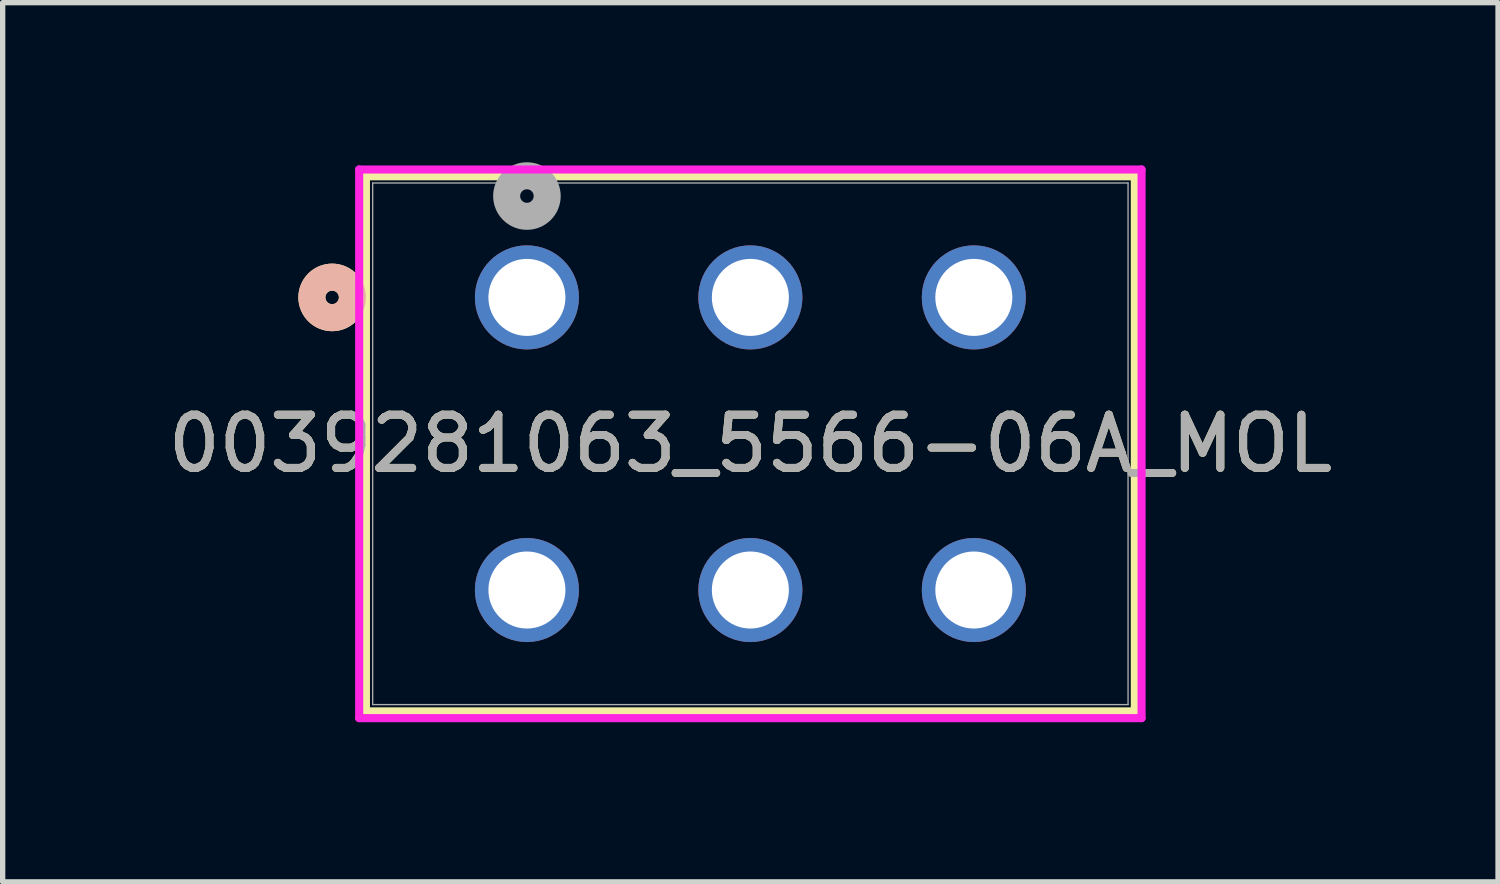
<source format=kicad_pcb>
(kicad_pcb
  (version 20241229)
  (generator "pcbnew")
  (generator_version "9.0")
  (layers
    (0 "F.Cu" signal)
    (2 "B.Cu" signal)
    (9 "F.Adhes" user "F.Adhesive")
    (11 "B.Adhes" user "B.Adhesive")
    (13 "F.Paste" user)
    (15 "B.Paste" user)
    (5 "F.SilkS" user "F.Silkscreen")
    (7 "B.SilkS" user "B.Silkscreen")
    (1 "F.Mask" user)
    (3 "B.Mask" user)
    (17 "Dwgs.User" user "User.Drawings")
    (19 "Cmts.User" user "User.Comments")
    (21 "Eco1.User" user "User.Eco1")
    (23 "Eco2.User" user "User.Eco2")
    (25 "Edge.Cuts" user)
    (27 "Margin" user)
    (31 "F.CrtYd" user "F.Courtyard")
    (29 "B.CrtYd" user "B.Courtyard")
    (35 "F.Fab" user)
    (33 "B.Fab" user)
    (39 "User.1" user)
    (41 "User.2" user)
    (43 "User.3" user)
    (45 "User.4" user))
  (footprint "0039281063_5566-06A_MOL"
    (layer "F.Cu")
    (at 6.854 2.54)
    (property "Reference" "0039281063_5566-06A_MOL" (at 4.2 2.75 0) (unlocked yes) (layer "F.SilkS") (effects (font (size 1 1) (thickness 0.15))))
    (attr through_hole)
    (fp_line (start -3.026 -2.277) (end -3.026 7.781) (stroke (width 0.152) (type solid)) (layer "F.SilkS"))
    (fp_line (start -3.026 7.781) (end 11.426 7.781) (stroke (width 0.152) (type solid)) (layer "F.SilkS"))
    (fp_line (start 11.426 -2.277) (end -3.026 -2.277) (stroke (width 0.152) (type solid)) (layer "F.SilkS"))
    (fp_line (start 11.426 7.781) (end 11.426 -2.277) (stroke (width 0.152) (type solid)) (layer "F.SilkS"))
    (fp_circle (center -3.661 0) (end -3.28 0) (stroke (width 0.508) (type solid)) (fill no) (layer "F.SilkS"))
    (fp_circle (center -3.661 0) (end -3.28 0) (stroke (width 0.508) (type solid)) (fill no) (layer "B.SilkS"))
    (fp_line (start -3.153 -2.404) (end -3.153 7.908) (stroke (width 0.152) (type solid)) (layer "F.CrtYd"))
    (fp_line (start -3.153 7.908) (end 11.553 7.908) (stroke (width 0.152) (type solid)) (layer "F.CrtYd"))
    (fp_line (start 11.553 -2.404) (end -3.153 -2.404) (stroke (width 0.152) (type solid)) (layer "F.CrtYd"))
    (fp_line (start 11.553 7.908) (end 11.553 -2.404) (stroke (width 0.152) (type solid)) (layer "F.CrtYd"))
    (fp_line (start -2.899 -2.15) (end -2.899 7.654) (stroke (width 0.025) (type solid)) (layer "F.Fab"))
    (fp_line (start -2.899 7.654) (end 11.299 7.654) (stroke (width 0.025) (type solid)) (layer "F.Fab"))
    (fp_line (start 11.299 -2.15) (end -2.899 -2.15) (stroke (width 0.025) (type solid)) (layer "F.Fab"))
    (fp_line (start 11.299 7.654) (end 11.299 -2.15) (stroke (width 0.025) (type solid)) (layer "F.Fab"))
    (fp_circle (center 0 -1.905) (end 0.381 -1.905) (stroke (width 0.508) (type solid)) (fill no) (layer "F.Fab"))
    (fp_text user "${REFERENCE}" (at 4.2 2.75 0) (unlocked yes) (layer "F.Fab") (effects (font (size 1 1) (thickness 0.15))))
    (pad "1" thru_hole circle (at 0 0) (size 1.956 1.956) (drill 1.448) (layers "*.Cu" "*.Mask"))
    (pad "2" thru_hole circle (at 0 5.5) (size 1.956 1.956) (drill 1.448) (layers "*.Cu" "*.Mask"))
    (pad "3" thru_hole circle (at 4.2 0) (size 1.956 1.956) (drill 1.448) (layers "*.Cu" "*.Mask"))
    (pad "4" thru_hole circle (at 4.2 5.5) (size 1.956 1.956) (drill 1.448) (layers "*.Cu" "*.Mask"))
    (pad "5" thru_hole circle (at 8.4 0) (size 1.956 1.956) (drill 1.448) (layers "*.Cu" "*.Mask"))
    (pad "6" thru_hole circle (at 8.4 5.5) (size 1.956 1.956) (drill 1.448) (layers "*.Cu" "*.Mask")))
  (gr_rect
    (start -3 -3)
    (end 25.107 13.525)
    (stroke (width 0.1) (type default))
    (fill no)
    (layer "Edge.Cuts")))
</source>
